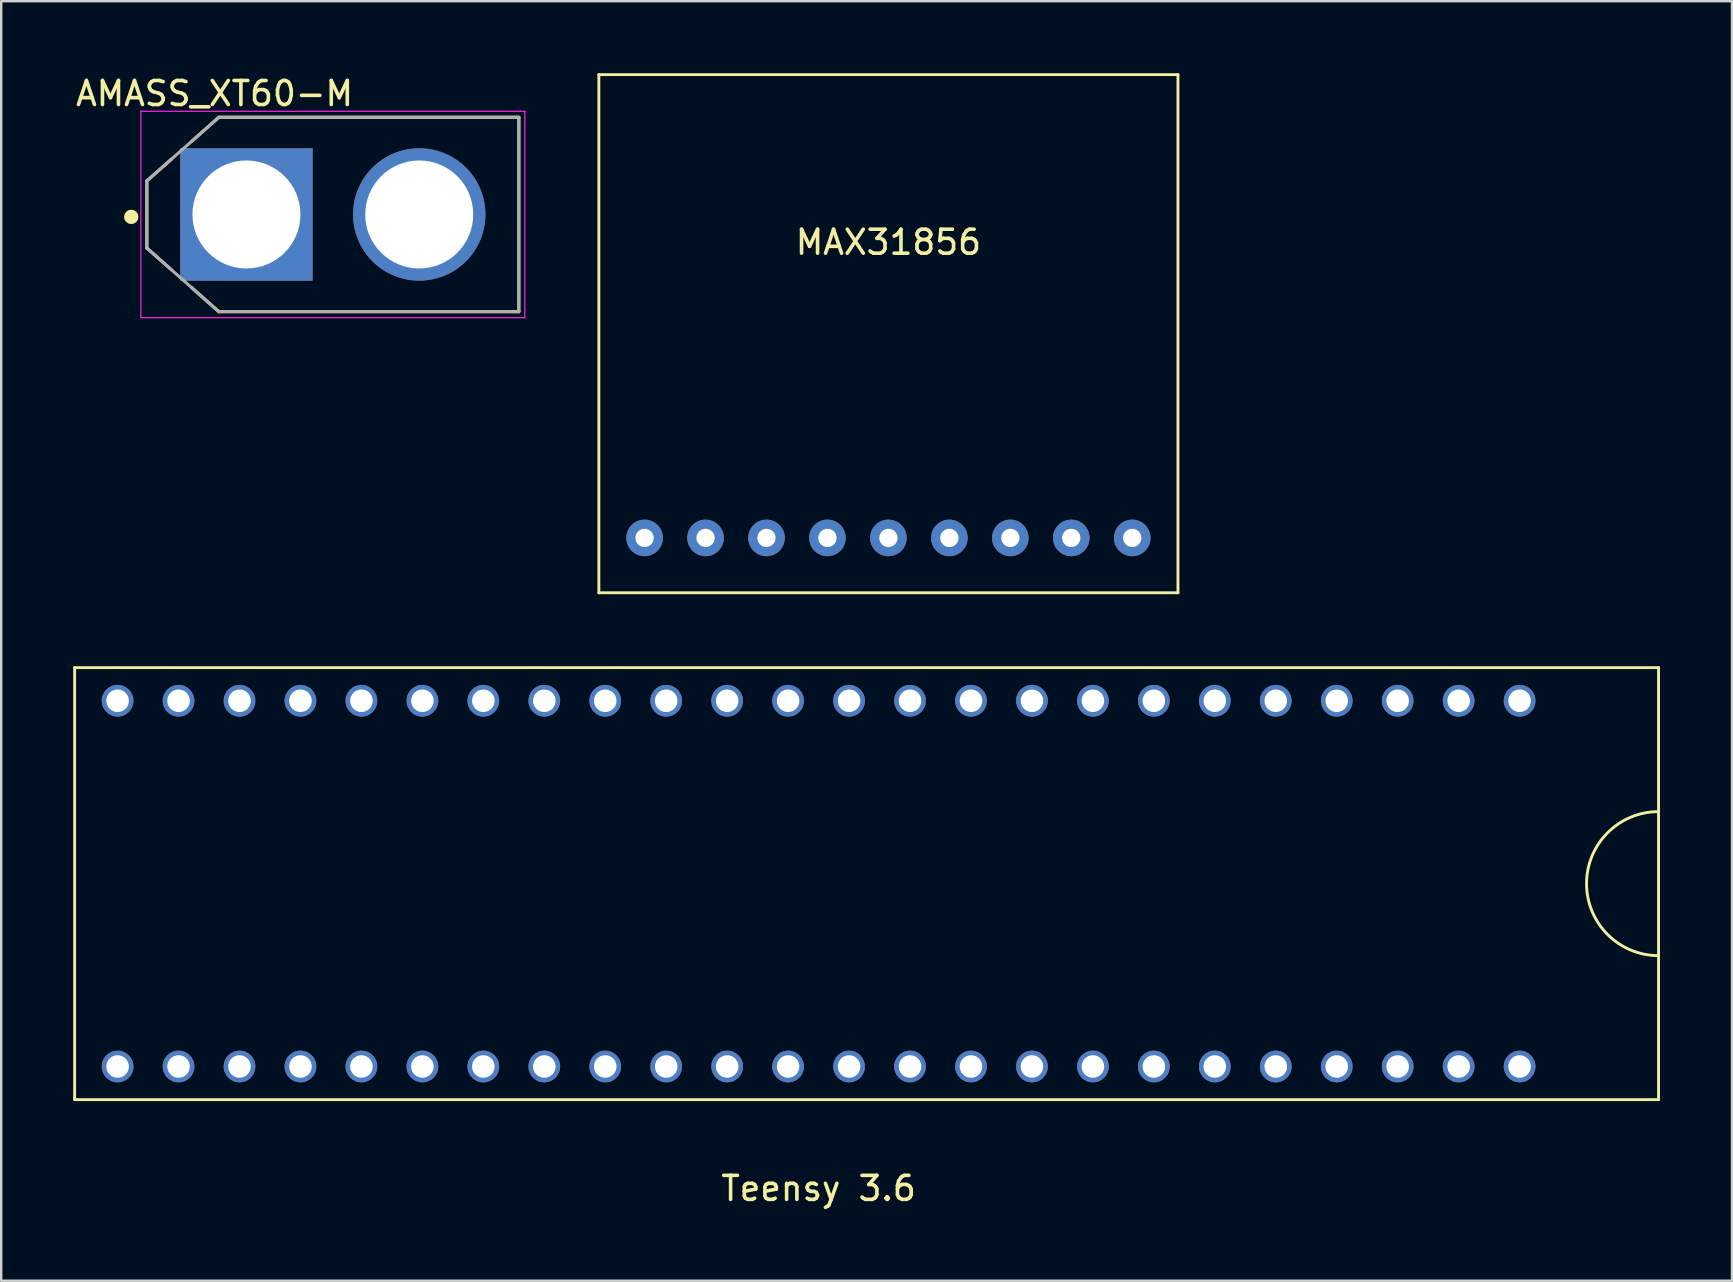
<source format=kicad_pcb>
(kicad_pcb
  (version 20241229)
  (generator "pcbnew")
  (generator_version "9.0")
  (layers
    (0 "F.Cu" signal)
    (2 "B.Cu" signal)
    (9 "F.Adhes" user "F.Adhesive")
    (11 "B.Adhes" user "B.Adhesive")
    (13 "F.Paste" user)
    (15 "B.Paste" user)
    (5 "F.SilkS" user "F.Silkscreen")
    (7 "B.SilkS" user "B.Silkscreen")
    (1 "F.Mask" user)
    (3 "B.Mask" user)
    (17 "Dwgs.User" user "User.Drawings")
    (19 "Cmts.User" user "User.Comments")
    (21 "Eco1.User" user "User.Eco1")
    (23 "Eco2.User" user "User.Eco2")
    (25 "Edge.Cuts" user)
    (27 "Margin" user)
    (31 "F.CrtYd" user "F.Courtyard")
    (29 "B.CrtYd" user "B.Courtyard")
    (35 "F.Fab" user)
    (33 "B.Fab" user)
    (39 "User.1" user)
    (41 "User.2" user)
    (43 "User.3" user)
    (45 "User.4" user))
  (footprint "Teensy 3.6"
    (layer "F.Cu")
    (at 31.06 33.77)
    (property "Reference" "Teensy 3.6" (at 0 12.7 0) (layer "F.SilkS") (effects (font (size 1 1) (thickness 0.15))))
    (attr through_hole)
    (fp_line (start -31 -9) (end -31 9) (stroke (width 0.12) (type solid)) (layer "F.SilkS"))
    (fp_line (start -31 9) (end 35 9) (stroke (width 0.12) (type solid)) (layer "F.SilkS"))
    (fp_line (start 35 -9) (end -31 -9) (stroke (width 0.12) (type solid)) (layer "F.SilkS"))
    (fp_line (start 35 -9) (end 35 9) (stroke (width 0.12) (type solid)) (layer "F.SilkS"))
    (fp_arc (start 35 3) (mid 32 0) (end 35 -3) (stroke (width 0.12) (type solid)) (layer "F.SilkS"))
    (pad "0" thru_hole circle (at 26.67 -7.62) (size 1.321 1.321) (drill 0.94) (layers "*.Cu" "*.Mask"))
    (pad "1" thru_hole circle (at 24.13 -7.62) (size 1.321 1.321) (drill 0.94) (layers "*.Cu" "*.Mask"))
    (pad "2" thru_hole circle (at 21.59 -7.62) (size 1.321 1.321) (drill 0.94) (layers "*.Cu" "*.Mask"))
    (pad "3" thru_hole circle (at 19.05 -7.62) (size 1.321 1.321) (drill 0.94) (layers "*.Cu" "*.Mask"))
    (pad "4" thru_hole circle (at 16.51 -7.62) (size 1.321 1.321) (drill 0.94) (layers "*.Cu" "*.Mask"))
    (pad "5" thru_hole circle (at 13.97 -7.62) (size 1.321 1.321) (drill 0.94) (layers "*.Cu" "*.Mask"))
    (pad "6" thru_hole circle (at 11.43 -7.62) (size 1.321 1.321) (drill 0.94) (layers "*.Cu" "*.Mask"))
    (pad "7" thru_hole circle (at 8.89 -7.62) (size 1.321 1.321) (drill 0.94) (layers "*.Cu" "*.Mask"))
    (pad "8" thru_hole circle (at 6.35 -7.62) (size 1.321 1.321) (drill 0.94) (layers "*.Cu" "*.Mask"))
    (pad "9" thru_hole circle (at 3.81 -7.62) (size 1.321 1.321) (drill 0.94) (layers "*.Cu" "*.Mask"))
    (pad "10" thru_hole circle (at 1.27 -7.62) (size 1.321 1.321) (drill 0.94) (layers "*.Cu" "*.Mask"))
    (pad "11" thru_hole circle (at -1.27 -7.62) (size 1.321 1.321) (drill 0.94) (layers "*.Cu" "*.Mask"))
    (pad "12" thru_hole circle (at -3.81 -7.62) (size 1.321 1.321) (drill 0.94) (layers "*.Cu" "*.Mask"))
    (pad "13" thru_hole circle (at -3.81 7.62) (size 1.321 1.321) (drill 0.94) (layers "*.Cu" "*.Mask"))
    (pad "14" thru_hole circle (at -1.27 7.62) (size 1.321 1.321) (drill 0.94) (layers "*.Cu" "*.Mask"))
    (pad "15" thru_hole circle (at 1.27 7.62) (size 1.321 1.321) (drill 0.94) (layers "*.Cu" "*.Mask"))
    (pad "16" thru_hole circle (at 3.81 7.62) (size 1.321 1.321) (drill 0.94) (layers "*.Cu" "*.Mask"))
    (pad "17" thru_hole circle (at 6.35 7.62) (size 1.321 1.321) (drill 0.94) (layers "*.Cu" "*.Mask"))
    (pad "18" thru_hole circle (at 8.89 7.62) (size 1.321 1.321) (drill 0.94) (layers "*.Cu" "*.Mask"))
    (pad "19" thru_hole circle (at 11.43 7.62) (size 1.321 1.321) (drill 0.94) (layers "*.Cu" "*.Mask"))
    (pad "20" thru_hole circle (at 13.97 7.62) (size 1.321 1.321) (drill 0.94) (layers "*.Cu" "*.Mask"))
    (pad "21" thru_hole circle (at 16.51 7.62) (size 1.321 1.321) (drill 0.94) (layers "*.Cu" "*.Mask"))
    (pad "22" thru_hole circle (at 19.05 7.62) (size 1.321 1.321) (drill 0.94) (layers "*.Cu" "*.Mask"))
    (pad "23" thru_hole circle (at 21.59 7.62) (size 1.321 1.321) (drill 0.94) (layers "*.Cu" "*.Mask"))
    (pad "24" thru_hole circle (at -8.89 -7.62) (size 1.321 1.321) (drill 0.94) (layers "*.Cu" "*.Mask"))
    (pad "25" thru_hole circle (at -11.43 -7.62) (size 1.321 1.321) (drill 0.94) (layers "*.Cu" "*.Mask"))
    (pad "26" thru_hole circle (at -13.97 -7.62) (size 1.321 1.321) (drill 0.94) (layers "*.Cu" "*.Mask"))
    (pad "27" thru_hole circle (at -16.51 -7.62) (size 1.321 1.321) (drill 0.94) (layers "*.Cu" "*.Mask"))
    (pad "28" thru_hole circle (at -19.05 -7.62) (size 1.321 1.321) (drill 0.94) (layers "*.Cu" "*.Mask"))
    (pad "29" thru_hole circle (at -21.59 -7.62) (size 1.321 1.321) (drill 0.94) (layers "*.Cu" "*.Mask"))
    (pad "30" thru_hole circle (at -24.13 -7.62) (size 1.321 1.321) (drill 0.94) (layers "*.Cu" "*.Mask"))
    (pad "31" thru_hole circle (at -26.67 -7.62) (size 1.321 1.321) (drill 0.94) (layers "*.Cu" "*.Mask"))
    (pad "32" thru_hole circle (at -29.21 -7.62) (size 1.321 1.321) (drill 0.94) (layers "*.Cu" "*.Mask"))
    (pad "33" thru_hole circle (at -29.21 7.62) (size 1.321 1.321) (drill 0.94) (layers "*.Cu" "*.Mask"))
    (pad "34" thru_hole circle (at -26.67 7.62) (size 1.321 1.321) (drill 0.94) (layers "*.Cu" "*.Mask"))
    (pad "35" thru_hole circle (at -24.13 7.62) (size 1.321 1.321) (drill 0.94) (layers "*.Cu" "*.Mask"))
    (pad "36" thru_hole circle (at -21.59 7.62) (size 1.321 1.321) (drill 0.94) (layers "*.Cu" "*.Mask"))
    (pad "37" thru_hole circle (at -19.05 7.62) (size 1.321 1.321) (drill 0.94) (layers "*.Cu" "*.Mask"))
    (pad "38" thru_hole circle (at -16.51 7.62) (size 1.321 1.321) (drill 0.94) (layers "*.Cu" "*.Mask"))
    (pad "39" thru_hole circle (at -13.97 7.62) (size 1.321 1.321) (drill 0.94) (layers "*.Cu" "*.Mask"))
    (pad "40" thru_hole circle (at 29.21 7.62) (size 1.321 1.321) (drill 0.94) (layers "*.Cu" "*.Mask"))
    (pad "41" thru_hole circle (at 26.67 7.62) (size 1.321 1.321) (drill 0.94) (layers "*.Cu" "*.Mask"))
    (pad "42" thru_hole circle (at 24.13 7.62) (size 1.321 1.321) (drill 0.94) (layers "*.Cu" "*.Mask"))
    (pad "43" thru_hole circle (at -6.35 7.62) (size 1.321 1.321) (drill 0.94) (layers "*.Cu" "*.Mask"))
    (pad "44" thru_hole circle (at -8.89 7.62) (size 1.321 1.321) (drill 0.94) (layers "*.Cu" "*.Mask"))
    (pad "45" thru_hole circle (at -11.43 7.62) (size 1.321 1.321) (drill 0.94) (layers "*.Cu" "*.Mask"))
    (pad "46" thru_hole circle (at 29.21 -7.62) (size 1.321 1.321) (drill 0.94) (layers "*.Cu" "*.Mask"))
    (pad "47" thru_hole circle (at -6.35 -7.62) (size 1.321 1.321) (drill 0.94) (layers "*.Cu" "*.Mask")))
  (footprint "AMASS_XT60-M"
    (layer "F.Cu")
    (at 10.819 5.887)
    (property "Reference" "AMASS_XT60-M" (at -4.928 -5.038 0) (layer "F.SilkS") (effects (font (size 1.001 1.001) (thickness 0.15))))
    (attr through_hole)
    (fp_line (start -7.75 -1.4) (end -6.73 -2.3) (stroke (width 0.127) (type solid)) (layer "F.SilkS"))
    (fp_line (start -7.75 1.4) (end -7.75 -1.4) (stroke (width 0.127) (type solid)) (layer "F.SilkS"))
    (fp_line (start -7.75 1.4) (end -6.73 2.3) (stroke (width 0.127) (type solid)) (layer "F.SilkS"))
    (fp_line (start -4.75 -4.05) (end -5.88 -3.05) (stroke (width 0.127) (type solid)) (layer "F.SilkS"))
    (fp_line (start -4.75 -4.05) (end 7.75 -4.05) (stroke (width 0.127) (type solid)) (layer "F.SilkS"))
    (fp_line (start -4.75 4.05) (end -5.88 3.05) (stroke (width 0.127) (type solid)) (layer "F.SilkS"))
    (fp_line (start 7.75 -4.05) (end 7.75 4.05) (stroke (width 0.127) (type solid)) (layer "F.SilkS"))
    (fp_line (start 7.75 4.05) (end -4.75 4.05) (stroke (width 0.127) (type solid)) (layer "F.SilkS"))
    (fp_circle (center -8.4 0.1) (end -8.25 0.1) (stroke (width 0.3) (type solid)) (fill no) (layer "F.SilkS"))
    (fp_line (start -8 -4.3) (end 8 -4.3) (stroke (width 0.05) (type solid)) (layer "F.CrtYd"))
    (fp_line (start -8 4.3) (end -8 -4.3) (stroke (width 0.05) (type solid)) (layer "F.CrtYd"))
    (fp_line (start 8 -4.3) (end 8 4.3) (stroke (width 0.05) (type solid)) (layer "F.CrtYd"))
    (fp_line (start 8 4.3) (end -8 4.3) (stroke (width 0.05) (type solid)) (layer "F.CrtYd"))
    (fp_line (start -7.75 1.4) (end -7.75 -1.4) (stroke (width 0.127) (type solid)) (layer "F.Fab"))
    (fp_line (start -4.75 -4.05) (end -7.75 -1.4) (stroke (width 0.127) (type solid)) (layer "F.Fab"))
    (fp_line (start -4.75 -4.05) (end 7.75 -4.05) (stroke (width 0.127) (type solid)) (layer "F.Fab"))
    (fp_line (start -4.75 4.05) (end -7.75 1.4) (stroke (width 0.127) (type solid)) (layer "F.Fab"))
    (fp_line (start 7.75 -4.05) (end 7.75 4.05) (stroke (width 0.127) (type solid)) (layer "F.Fab"))
    (fp_line (start 7.75 4.05) (end -4.75 4.05) (stroke (width 0.127) (type solid)) (layer "F.Fab"))
    (pad "1" thru_hole rect (at -3.6 0) (size 5.516 5.516) (drill 4.5) (layers "*.Cu" "*.Mask"))
    (pad "2" thru_hole circle (at 3.6 0) (size 5.516 5.516) (drill 4.5) (layers "*.Cu" "*.Mask")))
  (footprint "MAX31856"
    (layer "F.Cu")
    (at 33.969 10.855)
    (property "Reference" "MAX31856" (at 0 -3.81 0) (layer "F.SilkS") (effects (font (size 1 1) (thickness 0.15))))
    (attr through_hole)
    (fp_line (start -12.065 -10.795) (end -12.065 10.795) (stroke (width 0.12) (type solid)) (layer "F.SilkS"))
    (fp_line (start -12.065 -10.795) (end 12.065 -10.795) (stroke (width 0.12) (type solid)) (layer "F.SilkS"))
    (fp_line (start -12.065 10.795) (end 12.065 10.795) (stroke (width 0.12) (type solid)) (layer "F.SilkS"))
    (fp_line (start 12.065 -10.795) (end 12.065 10.795) (stroke (width 0.12) (type solid)) (layer "F.SilkS"))
    (pad "1" thru_hole circle (at -10.16 8.509) (size 1.524 1.524) (drill 0.762) (layers "*.Cu" "*.Mask"))
    (pad "2" thru_hole circle (at -7.62 8.509) (size 1.524 1.524) (drill 0.762) (layers "*.Cu" "*.Mask"))
    (pad "3" thru_hole circle (at -5.08 8.509) (size 1.524 1.524) (drill 0.762) (layers "*.Cu" "*.Mask"))
    (pad "4" thru_hole circle (at -2.54 8.509) (size 1.524 1.524) (drill 0.762) (layers "*.Cu" "*.Mask"))
    (pad "5" thru_hole circle (at 0 8.509) (size 1.524 1.524) (drill 0.762) (layers "*.Cu" "*.Mask"))
    (pad "6" thru_hole circle (at 2.54 8.509) (size 1.524 1.524) (drill 0.762) (layers "*.Cu" "*.Mask"))
    (pad "7" thru_hole circle (at 5.08 8.509) (size 1.524 1.524) (drill 0.762) (layers "*.Cu" "*.Mask"))
    (pad "8" thru_hole circle (at 7.62 8.509) (size 1.524 1.524) (drill 0.762) (layers "*.Cu" "*.Mask"))
    (pad "9" thru_hole circle (at 10.16 8.509) (size 1.524 1.524) (drill 0.762) (layers "*.Cu" "*.Mask")))
  (gr_rect
    (start -3 -3)
    (end 69.12 50.318)
    (stroke (width 0.1) (type default))
    (fill no)
    (layer "Edge.Cuts")))
</source>
